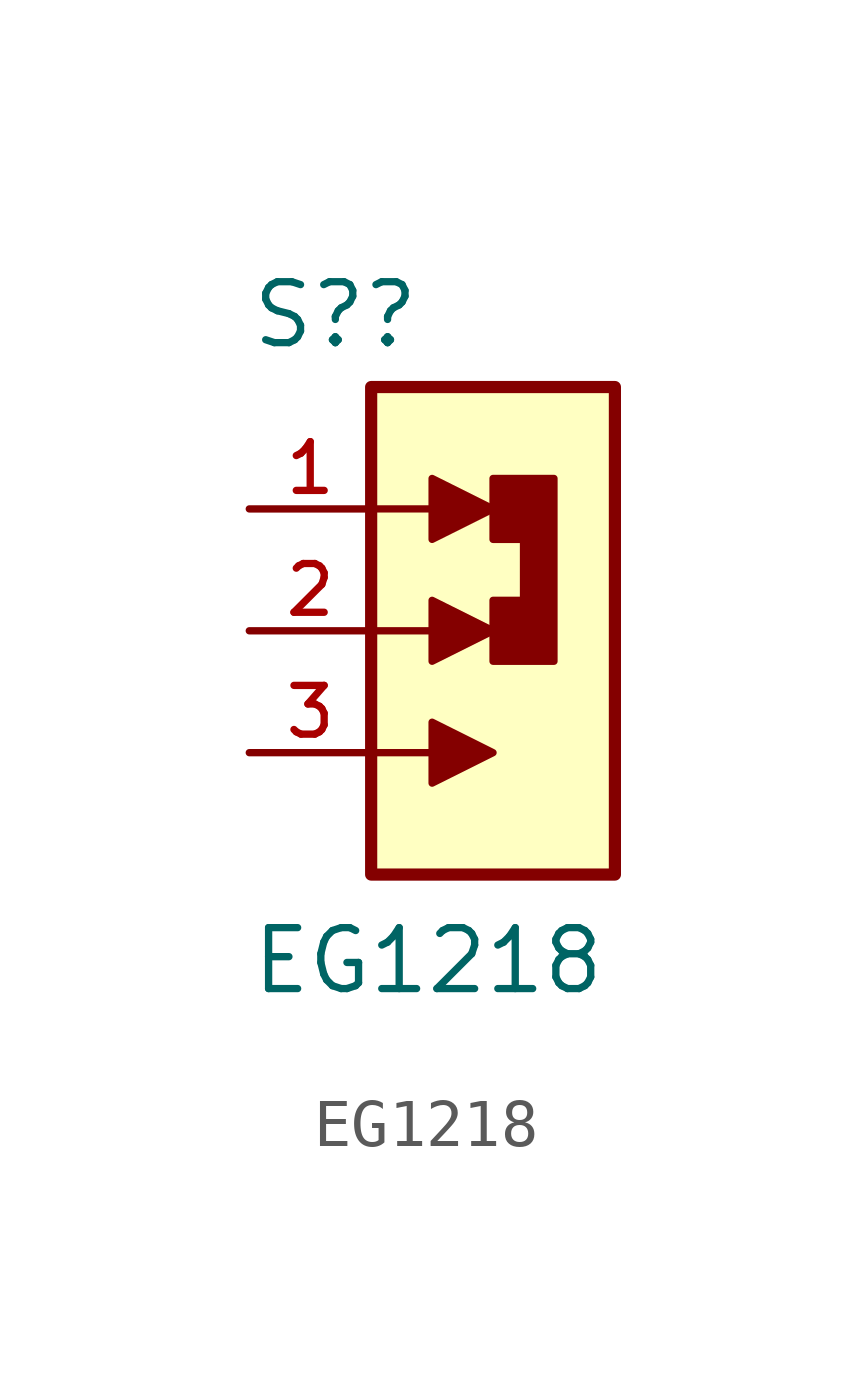
<source format=kicad_sym>
(kicad_symbol_lib
  (version 20231120)
  (generator "kicad_symbol_editor")
  (generator_version "8.0")
  (symbol "EG1218"
    (pin_names
      (offset 1.016))
    (property "Reference" "S?"
      (at -5.08 5.842 0)
      (effects (font (size 1.27 1.27)) (justify left bottom)))
    (property "Value" "EG1218"
      (at -5.08 -7.62 0)
      (effects (font (size 1.27 1.27)) (justify left bottom)))
    (symbol "EG1218_0_0"
      (rectangle (start -2.54 5.08) (end 2.54 -5.08) (stroke (width 0.254) (type default)) (fill (type background)))
      (polyline (pts (xy -2.54 -2.54) (xy -1.27 -2.54)) (stroke (width 0.152) (type default)) (fill (type none)))
      (polyline (pts (xy -2.54 0) (xy -1.27 0)) (stroke (width 0.152) (type default)) (fill (type none)))
      (polyline (pts (xy -2.54 2.54) (xy -1.27 2.54)) (stroke (width 0.152) (type default)) (fill (type none)))
      (polyline (pts (xy -1.27 -1.905) (xy -1.27 -3.175) (xy 0 -2.54) (xy -1.27 -1.905)) (stroke (width 0.152) (type default)) (fill (type outline)))
      (polyline (pts (xy -1.27 0.635) (xy -1.27 -0.635) (xy 0 0) (xy -1.27 0.635)) (stroke (width 0.152) (type default)) (fill (type outline)))
      (polyline (pts (xy -1.27 3.175) (xy -1.27 1.905) (xy 0 2.54) (xy -1.27 3.175)) (stroke (width 0.152) (type default)) (fill (type outline)))
      (polyline (pts (xy 0 1.905) (xy 0 3.175) (xy 1.27 3.175) (xy 1.27 -0.635) (xy 0 -0.635) (xy 0 0.635) (xy 0.635 0.635) (xy 0.635 1.905) (xy 0 1.905)) (stroke (width 0.152) (type default)) (fill (type outline)))
      (pin passive line (at -5.08 2.54 0) (length 2.54) (name "~" (effects (font (size 1.016 1.016)))) (number "1" (effects (font (size 1.016 1.016)))))
      (pin passive line (at -5.08 0 0) (length 2.54) (name "~" (effects (font (size 1.016 1.016)))) (number "2" (effects (font (size 1.016 1.016)))))
      (pin passive line (at -5.08 -2.54 0) (length 2.54) (name "~" (effects (font (size 1.016 1.016)))) (number "3" (effects (font (size 1.016 1.016))))))))
</source>
